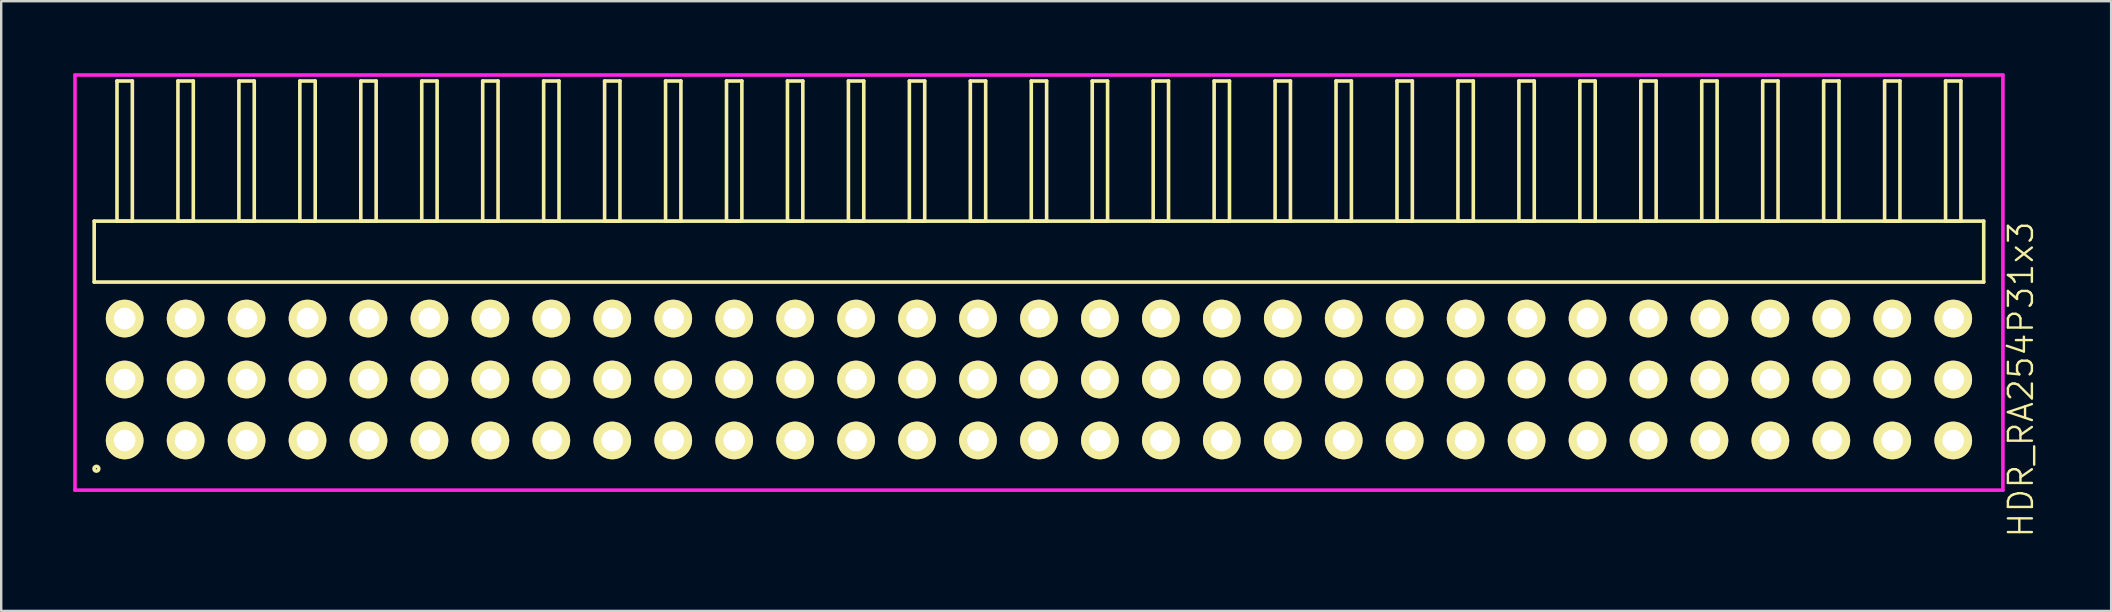
<source format=kicad_pcb>
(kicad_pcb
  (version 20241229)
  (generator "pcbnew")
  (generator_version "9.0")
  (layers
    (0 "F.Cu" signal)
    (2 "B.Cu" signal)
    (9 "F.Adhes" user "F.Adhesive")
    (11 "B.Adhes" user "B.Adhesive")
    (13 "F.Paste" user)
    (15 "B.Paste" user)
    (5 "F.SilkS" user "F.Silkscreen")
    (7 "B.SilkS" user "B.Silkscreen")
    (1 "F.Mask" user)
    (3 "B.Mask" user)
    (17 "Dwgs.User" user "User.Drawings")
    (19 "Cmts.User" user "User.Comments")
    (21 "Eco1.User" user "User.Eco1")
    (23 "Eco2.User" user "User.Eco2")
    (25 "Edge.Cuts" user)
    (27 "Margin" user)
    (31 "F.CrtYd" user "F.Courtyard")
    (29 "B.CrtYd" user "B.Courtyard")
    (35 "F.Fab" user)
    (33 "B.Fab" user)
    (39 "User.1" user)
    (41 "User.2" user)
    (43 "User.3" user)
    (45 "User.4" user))
  (footprint "HDR_RA254P31x3"
    (layer "F.Cu")
    (at 40.245 12.765)
    (property "Reference" "HDR_RA254P31x3" (at 40.92 0 90) (layer "F.SilkS") (effects (font (size 1 1) (thickness 0.1))))
    (attr through_hole)
    (fp_line (start -39.37 -6.6) (end -39.37 -4.06) (stroke (width 0.15) (type solid)) (layer "F.SilkS"))
    (fp_line (start -39.37 -4.06) (end 39.37 -4.06) (stroke (width 0.15) (type solid)) (layer "F.SilkS"))
    (fp_line (start -38.42 -12.44) (end -38.42 -6.6) (stroke (width 0.15) (type solid)) (layer "F.SilkS"))
    (fp_line (start -38.42 -6.6) (end -37.78 -6.6) (stroke (width 0.15) (type solid)) (layer "F.SilkS"))
    (fp_line (start -37.78 -12.44) (end -38.42 -12.44) (stroke (width 0.15) (type solid)) (layer "F.SilkS"))
    (fp_line (start -37.78 -6.6) (end -37.78 -12.44) (stroke (width 0.15) (type solid)) (layer "F.SilkS"))
    (fp_line (start -35.88 -12.44) (end -35.88 -6.6) (stroke (width 0.15) (type solid)) (layer "F.SilkS"))
    (fp_line (start -35.88 -6.6) (end -35.24 -6.6) (stroke (width 0.15) (type solid)) (layer "F.SilkS"))
    (fp_line (start -35.24 -12.44) (end -35.88 -12.44) (stroke (width 0.15) (type solid)) (layer "F.SilkS"))
    (fp_line (start -35.24 -6.6) (end -35.24 -12.44) (stroke (width 0.15) (type solid)) (layer "F.SilkS"))
    (fp_line (start -33.34 -12.44) (end -33.34 -6.6) (stroke (width 0.15) (type solid)) (layer "F.SilkS"))
    (fp_line (start -33.34 -6.6) (end -32.7 -6.6) (stroke (width 0.15) (type solid)) (layer "F.SilkS"))
    (fp_line (start -32.7 -12.44) (end -33.34 -12.44) (stroke (width 0.15) (type solid)) (layer "F.SilkS"))
    (fp_line (start -32.7 -6.6) (end -32.7 -12.44) (stroke (width 0.15) (type solid)) (layer "F.SilkS"))
    (fp_line (start -30.8 -12.44) (end -30.8 -6.6) (stroke (width 0.15) (type solid)) (layer "F.SilkS"))
    (fp_line (start -30.8 -6.6) (end -30.16 -6.6) (stroke (width 0.15) (type solid)) (layer "F.SilkS"))
    (fp_line (start -30.16 -12.44) (end -30.8 -12.44) (stroke (width 0.15) (type solid)) (layer "F.SilkS"))
    (fp_line (start -30.16 -6.6) (end -30.16 -12.44) (stroke (width 0.15) (type solid)) (layer "F.SilkS"))
    (fp_line (start -28.26 -12.44) (end -28.26 -6.6) (stroke (width 0.15) (type solid)) (layer "F.SilkS"))
    (fp_line (start -28.26 -6.6) (end -27.62 -6.6) (stroke (width 0.15) (type solid)) (layer "F.SilkS"))
    (fp_line (start -27.62 -12.44) (end -28.26 -12.44) (stroke (width 0.15) (type solid)) (layer "F.SilkS"))
    (fp_line (start -27.62 -6.6) (end -27.62 -12.44) (stroke (width 0.15) (type solid)) (layer "F.SilkS"))
    (fp_line (start -25.72 -12.44) (end -25.72 -6.6) (stroke (width 0.15) (type solid)) (layer "F.SilkS"))
    (fp_line (start -25.72 -6.6) (end -25.08 -6.6) (stroke (width 0.15) (type solid)) (layer "F.SilkS"))
    (fp_line (start -25.08 -12.44) (end -25.72 -12.44) (stroke (width 0.15) (type solid)) (layer "F.SilkS"))
    (fp_line (start -25.08 -6.6) (end -25.08 -12.44) (stroke (width 0.15) (type solid)) (layer "F.SilkS"))
    (fp_line (start -23.18 -12.44) (end -23.18 -6.6) (stroke (width 0.15) (type solid)) (layer "F.SilkS"))
    (fp_line (start -23.18 -6.6) (end -22.54 -6.6) (stroke (width 0.15) (type solid)) (layer "F.SilkS"))
    (fp_line (start -22.54 -12.44) (end -23.18 -12.44) (stroke (width 0.15) (type solid)) (layer "F.SilkS"))
    (fp_line (start -22.54 -6.6) (end -22.54 -12.44) (stroke (width 0.15) (type solid)) (layer "F.SilkS"))
    (fp_line (start -20.64 -12.44) (end -20.64 -6.6) (stroke (width 0.15) (type solid)) (layer "F.SilkS"))
    (fp_line (start -20.64 -6.6) (end -20 -6.6) (stroke (width 0.15) (type solid)) (layer "F.SilkS"))
    (fp_line (start -20 -12.44) (end -20.64 -12.44) (stroke (width 0.15) (type solid)) (layer "F.SilkS"))
    (fp_line (start -20 -6.6) (end -20 -12.44) (stroke (width 0.15) (type solid)) (layer "F.SilkS"))
    (fp_line (start -18.1 -12.44) (end -18.1 -6.6) (stroke (width 0.15) (type solid)) (layer "F.SilkS"))
    (fp_line (start -18.1 -6.6) (end -17.46 -6.6) (stroke (width 0.15) (type solid)) (layer "F.SilkS"))
    (fp_line (start -17.46 -12.44) (end -18.1 -12.44) (stroke (width 0.15) (type solid)) (layer "F.SilkS"))
    (fp_line (start -17.46 -6.6) (end -17.46 -12.44) (stroke (width 0.15) (type solid)) (layer "F.SilkS"))
    (fp_line (start -15.56 -12.44) (end -15.56 -6.6) (stroke (width 0.15) (type solid)) (layer "F.SilkS"))
    (fp_line (start -15.56 -6.6) (end -14.92 -6.6) (stroke (width 0.15) (type solid)) (layer "F.SilkS"))
    (fp_line (start -14.92 -12.44) (end -15.56 -12.44) (stroke (width 0.15) (type solid)) (layer "F.SilkS"))
    (fp_line (start -14.92 -6.6) (end -14.92 -12.44) (stroke (width 0.15) (type solid)) (layer "F.SilkS"))
    (fp_line (start -13.02 -12.44) (end -13.02 -6.6) (stroke (width 0.15) (type solid)) (layer "F.SilkS"))
    (fp_line (start -13.02 -6.6) (end -12.38 -6.6) (stroke (width 0.15) (type solid)) (layer "F.SilkS"))
    (fp_line (start -12.38 -12.44) (end -13.02 -12.44) (stroke (width 0.15) (type solid)) (layer "F.SilkS"))
    (fp_line (start -12.38 -6.6) (end -12.38 -12.44) (stroke (width 0.15) (type solid)) (layer "F.SilkS"))
    (fp_line (start -10.48 -12.44) (end -10.48 -6.6) (stroke (width 0.15) (type solid)) (layer "F.SilkS"))
    (fp_line (start -10.48 -6.6) (end -9.84 -6.6) (stroke (width 0.15) (type solid)) (layer "F.SilkS"))
    (fp_line (start -9.84 -12.44) (end -10.48 -12.44) (stroke (width 0.15) (type solid)) (layer "F.SilkS"))
    (fp_line (start -9.84 -6.6) (end -9.84 -12.44) (stroke (width 0.15) (type solid)) (layer "F.SilkS"))
    (fp_line (start -7.94 -12.44) (end -7.94 -6.6) (stroke (width 0.15) (type solid)) (layer "F.SilkS"))
    (fp_line (start -7.94 -6.6) (end -7.3 -6.6) (stroke (width 0.15) (type solid)) (layer "F.SilkS"))
    (fp_line (start -7.3 -12.44) (end -7.94 -12.44) (stroke (width 0.15) (type solid)) (layer "F.SilkS"))
    (fp_line (start -7.3 -6.6) (end -7.3 -12.44) (stroke (width 0.15) (type solid)) (layer "F.SilkS"))
    (fp_line (start -5.4 -12.44) (end -5.4 -6.6) (stroke (width 0.15) (type solid)) (layer "F.SilkS"))
    (fp_line (start -5.4 -6.6) (end -4.76 -6.6) (stroke (width 0.15) (type solid)) (layer "F.SilkS"))
    (fp_line (start -4.76 -12.44) (end -5.4 -12.44) (stroke (width 0.15) (type solid)) (layer "F.SilkS"))
    (fp_line (start -4.76 -6.6) (end -4.76 -12.44) (stroke (width 0.15) (type solid)) (layer "F.SilkS"))
    (fp_line (start -2.86 -12.44) (end -2.86 -6.6) (stroke (width 0.15) (type solid)) (layer "F.SilkS"))
    (fp_line (start -2.86 -6.6) (end -2.22 -6.6) (stroke (width 0.15) (type solid)) (layer "F.SilkS"))
    (fp_line (start -2.22 -12.44) (end -2.86 -12.44) (stroke (width 0.15) (type solid)) (layer "F.SilkS"))
    (fp_line (start -2.22 -6.6) (end -2.22 -12.44) (stroke (width 0.15) (type solid)) (layer "F.SilkS"))
    (fp_line (start -0.32 -12.44) (end -0.32 -6.6) (stroke (width 0.15) (type solid)) (layer "F.SilkS"))
    (fp_line (start -0.32 -6.6) (end 0.32 -6.6) (stroke (width 0.15) (type solid)) (layer "F.SilkS"))
    (fp_line (start 0.32 -12.44) (end -0.32 -12.44) (stroke (width 0.15) (type solid)) (layer "F.SilkS"))
    (fp_line (start 0.32 -6.6) (end 0.32 -12.44) (stroke (width 0.15) (type solid)) (layer "F.SilkS"))
    (fp_line (start 2.22 -12.44) (end 2.22 -6.6) (stroke (width 0.15) (type solid)) (layer "F.SilkS"))
    (fp_line (start 2.22 -6.6) (end 2.86 -6.6) (stroke (width 0.15) (type solid)) (layer "F.SilkS"))
    (fp_line (start 2.86 -12.44) (end 2.22 -12.44) (stroke (width 0.15) (type solid)) (layer "F.SilkS"))
    (fp_line (start 2.86 -6.6) (end 2.86 -12.44) (stroke (width 0.15) (type solid)) (layer "F.SilkS"))
    (fp_line (start 4.76 -12.44) (end 4.76 -6.6) (stroke (width 0.15) (type solid)) (layer "F.SilkS"))
    (fp_line (start 4.76 -6.6) (end 5.4 -6.6) (stroke (width 0.15) (type solid)) (layer "F.SilkS"))
    (fp_line (start 5.4 -12.44) (end 4.76 -12.44) (stroke (width 0.15) (type solid)) (layer "F.SilkS"))
    (fp_line (start 5.4 -6.6) (end 5.4 -12.44) (stroke (width 0.15) (type solid)) (layer "F.SilkS"))
    (fp_line (start 7.3 -12.44) (end 7.3 -6.6) (stroke (width 0.15) (type solid)) (layer "F.SilkS"))
    (fp_line (start 7.3 -6.6) (end 7.94 -6.6) (stroke (width 0.15) (type solid)) (layer "F.SilkS"))
    (fp_line (start 7.94 -12.44) (end 7.3 -12.44) (stroke (width 0.15) (type solid)) (layer "F.SilkS"))
    (fp_line (start 7.94 -6.6) (end 7.94 -12.44) (stroke (width 0.15) (type solid)) (layer "F.SilkS"))
    (fp_line (start 9.84 -12.44) (end 9.84 -6.6) (stroke (width 0.15) (type solid)) (layer "F.SilkS"))
    (fp_line (start 9.84 -6.6) (end 10.48 -6.6) (stroke (width 0.15) (type solid)) (layer "F.SilkS"))
    (fp_line (start 10.48 -12.44) (end 9.84 -12.44) (stroke (width 0.15) (type solid)) (layer "F.SilkS"))
    (fp_line (start 10.48 -6.6) (end 10.48 -12.44) (stroke (width 0.15) (type solid)) (layer "F.SilkS"))
    (fp_line (start 12.38 -12.44) (end 12.38 -6.6) (stroke (width 0.15) (type solid)) (layer "F.SilkS"))
    (fp_line (start 12.38 -6.6) (end 13.02 -6.6) (stroke (width 0.15) (type solid)) (layer "F.SilkS"))
    (fp_line (start 13.02 -12.44) (end 12.38 -12.44) (stroke (width 0.15) (type solid)) (layer "F.SilkS"))
    (fp_line (start 13.02 -6.6) (end 13.02 -12.44) (stroke (width 0.15) (type solid)) (layer "F.SilkS"))
    (fp_line (start 14.92 -12.44) (end 14.92 -6.6) (stroke (width 0.15) (type solid)) (layer "F.SilkS"))
    (fp_line (start 14.92 -6.6) (end 15.56 -6.6) (stroke (width 0.15) (type solid)) (layer "F.SilkS"))
    (fp_line (start 15.56 -12.44) (end 14.92 -12.44) (stroke (width 0.15) (type solid)) (layer "F.SilkS"))
    (fp_line (start 15.56 -6.6) (end 15.56 -12.44) (stroke (width 0.15) (type solid)) (layer "F.SilkS"))
    (fp_line (start 17.46 -12.44) (end 17.46 -6.6) (stroke (width 0.15) (type solid)) (layer "F.SilkS"))
    (fp_line (start 17.46 -6.6) (end 18.1 -6.6) (stroke (width 0.15) (type solid)) (layer "F.SilkS"))
    (fp_line (start 18.1 -12.44) (end 17.46 -12.44) (stroke (width 0.15) (type solid)) (layer "F.SilkS"))
    (fp_line (start 18.1 -6.6) (end 18.1 -12.44) (stroke (width 0.15) (type solid)) (layer "F.SilkS"))
    (fp_line (start 20 -12.44) (end 20 -6.6) (stroke (width 0.15) (type solid)) (layer "F.SilkS"))
    (fp_line (start 20 -6.6) (end 20.64 -6.6) (stroke (width 0.15) (type solid)) (layer "F.SilkS"))
    (fp_line (start 20.64 -12.44) (end 20 -12.44) (stroke (width 0.15) (type solid)) (layer "F.SilkS"))
    (fp_line (start 20.64 -6.6) (end 20.64 -12.44) (stroke (width 0.15) (type solid)) (layer "F.SilkS"))
    (fp_line (start 22.54 -12.44) (end 22.54 -6.6) (stroke (width 0.15) (type solid)) (layer "F.SilkS"))
    (fp_line (start 22.54 -6.6) (end 23.18 -6.6) (stroke (width 0.15) (type solid)) (layer "F.SilkS"))
    (fp_line (start 23.18 -12.44) (end 22.54 -12.44) (stroke (width 0.15) (type solid)) (layer "F.SilkS"))
    (fp_line (start 23.18 -6.6) (end 23.18 -12.44) (stroke (width 0.15) (type solid)) (layer "F.SilkS"))
    (fp_line (start 25.08 -12.44) (end 25.08 -6.6) (stroke (width 0.15) (type solid)) (layer "F.SilkS"))
    (fp_line (start 25.08 -6.6) (end 25.72 -6.6) (stroke (width 0.15) (type solid)) (layer "F.SilkS"))
    (fp_line (start 25.72 -12.44) (end 25.08 -12.44) (stroke (width 0.15) (type solid)) (layer "F.SilkS"))
    (fp_line (start 25.72 -6.6) (end 25.72 -12.44) (stroke (width 0.15) (type solid)) (layer "F.SilkS"))
    (fp_line (start 27.62 -12.44) (end 27.62 -6.6) (stroke (width 0.15) (type solid)) (layer "F.SilkS"))
    (fp_line (start 27.62 -6.6) (end 28.26 -6.6) (stroke (width 0.15) (type solid)) (layer "F.SilkS"))
    (fp_line (start 28.26 -12.44) (end 27.62 -12.44) (stroke (width 0.15) (type solid)) (layer "F.SilkS"))
    (fp_line (start 28.26 -6.6) (end 28.26 -12.44) (stroke (width 0.15) (type solid)) (layer "F.SilkS"))
    (fp_line (start 30.16 -12.44) (end 30.16 -6.6) (stroke (width 0.15) (type solid)) (layer "F.SilkS"))
    (fp_line (start 30.16 -6.6) (end 30.8 -6.6) (stroke (width 0.15) (type solid)) (layer "F.SilkS"))
    (fp_line (start 30.8 -12.44) (end 30.16 -12.44) (stroke (width 0.15) (type solid)) (layer "F.SilkS"))
    (fp_line (start 30.8 -6.6) (end 30.8 -12.44) (stroke (width 0.15) (type solid)) (layer "F.SilkS"))
    (fp_line (start 32.7 -12.44) (end 32.7 -6.6) (stroke (width 0.15) (type solid)) (layer "F.SilkS"))
    (fp_line (start 32.7 -6.6) (end 33.34 -6.6) (stroke (width 0.15) (type solid)) (layer "F.SilkS"))
    (fp_line (start 33.34 -12.44) (end 32.7 -12.44) (stroke (width 0.15) (type solid)) (layer "F.SilkS"))
    (fp_line (start 33.34 -6.6) (end 33.34 -12.44) (stroke (width 0.15) (type solid)) (layer "F.SilkS"))
    (fp_line (start 35.24 -12.44) (end 35.24 -6.6) (stroke (width 0.15) (type solid)) (layer "F.SilkS"))
    (fp_line (start 35.24 -6.6) (end 35.88 -6.6) (stroke (width 0.15) (type solid)) (layer "F.SilkS"))
    (fp_line (start 35.88 -12.44) (end 35.24 -12.44) (stroke (width 0.15) (type solid)) (layer "F.SilkS"))
    (fp_line (start 35.88 -6.6) (end 35.88 -12.44) (stroke (width 0.15) (type solid)) (layer "F.SilkS"))
    (fp_line (start 37.78 -12.44) (end 37.78 -6.6) (stroke (width 0.15) (type solid)) (layer "F.SilkS"))
    (fp_line (start 37.78 -6.6) (end 38.42 -6.6) (stroke (width 0.15) (type solid)) (layer "F.SilkS"))
    (fp_line (start 38.42 -12.44) (end 37.78 -12.44) (stroke (width 0.15) (type solid)) (layer "F.SilkS"))
    (fp_line (start 38.42 -6.6) (end 38.42 -12.44) (stroke (width 0.15) (type solid)) (layer "F.SilkS"))
    (fp_line (start 39.37 -6.6) (end -39.37 -6.6) (stroke (width 0.15) (type solid)) (layer "F.SilkS"))
    (fp_line (start 39.37 -4.06) (end 39.37 -6.6) (stroke (width 0.15) (type solid)) (layer "F.SilkS"))
    (fp_circle (center -39.277 3.718) (end -39.177 3.718) (stroke (width 0.15) (type solid)) (fill no) (layer "F.SilkS"))
    (fp_line (start -40.17 -12.69) (end -40.17 4.61) (stroke (width 0.15) (type solid)) (layer "F.CrtYd"))
    (fp_line (start -40.17 4.61) (end 40.17 4.61) (stroke (width 0.15) (type solid)) (layer "F.CrtYd"))
    (fp_line (start 40.17 -12.69) (end -40.17 -12.69) (stroke (width 0.15) (type solid)) (layer "F.CrtYd"))
    (fp_line (start 40.17 4.61) (end 40.17 -12.69) (stroke (width 0.15) (type solid)) (layer "F.CrtYd"))
    (pad "1" thru_hole oval (at -38.1 2.54) (size 1.57 1.57) (drill 0.9) (layers "*.Cu" "*.Mask" "F.SilkS"))
    (pad "2" thru_hole oval (at -38.1 0) (size 1.57 1.57) (drill 0.9) (layers "*.Cu" "*.Mask" "F.SilkS"))
    (pad "3" thru_hole oval (at -38.1 -2.54) (size 1.57 1.57) (drill 0.9) (layers "*.Cu" "*.Mask" "F.SilkS"))
    (pad "4" thru_hole oval (at -35.56 2.54) (size 1.57 1.57) (drill 0.9) (layers "*.Cu" "*.Mask" "F.SilkS"))
    (pad "5" thru_hole oval (at -35.56 0) (size 1.57 1.57) (drill 0.9) (layers "*.Cu" "*.Mask" "F.SilkS"))
    (pad "6" thru_hole oval (at -35.56 -2.54) (size 1.57 1.57) (drill 0.9) (layers "*.Cu" "*.Mask" "F.SilkS"))
    (pad "7" thru_hole oval (at -33.02 2.54) (size 1.57 1.57) (drill 0.9) (layers "*.Cu" "*.Mask" "F.SilkS"))
    (pad "8" thru_hole oval (at -33.02 0) (size 1.57 1.57) (drill 0.9) (layers "*.Cu" "*.Mask" "F.SilkS"))
    (pad "9" thru_hole oval (at -33.02 -2.54) (size 1.57 1.57) (drill 0.9) (layers "*.Cu" "*.Mask" "F.SilkS"))
    (pad "10" thru_hole oval (at -30.48 2.54) (size 1.57 1.57) (drill 0.9) (layers "*.Cu" "*.Mask" "F.SilkS"))
    (pad "11" thru_hole oval (at -30.48 0) (size 1.57 1.57) (drill 0.9) (layers "*.Cu" "*.Mask" "F.SilkS"))
    (pad "12" thru_hole oval (at -30.48 -2.54) (size 1.57 1.57) (drill 0.9) (layers "*.Cu" "*.Mask" "F.SilkS"))
    (pad "13" thru_hole oval (at -27.94 2.54) (size 1.57 1.57) (drill 0.9) (layers "*.Cu" "*.Mask" "F.SilkS"))
    (pad "14" thru_hole oval (at -27.94 0) (size 1.57 1.57) (drill 0.9) (layers "*.Cu" "*.Mask" "F.SilkS"))
    (pad "15" thru_hole oval (at -27.94 -2.54) (size 1.57 1.57) (drill 0.9) (layers "*.Cu" "*.Mask" "F.SilkS"))
    (pad "16" thru_hole oval (at -25.4 2.54) (size 1.57 1.57) (drill 0.9) (layers "*.Cu" "*.Mask" "F.SilkS"))
    (pad "17" thru_hole oval (at -25.4 0) (size 1.57 1.57) (drill 0.9) (layers "*.Cu" "*.Mask" "F.SilkS"))
    (pad "18" thru_hole oval (at -25.4 -2.54) (size 1.57 1.57) (drill 0.9) (layers "*.Cu" "*.Mask" "F.SilkS"))
    (pad "19" thru_hole oval (at -22.86 2.54) (size 1.57 1.57) (drill 0.9) (layers "*.Cu" "*.Mask" "F.SilkS"))
    (pad "20" thru_hole oval (at -22.86 0) (size 1.57 1.57) (drill 0.9) (layers "*.Cu" "*.Mask" "F.SilkS"))
    (pad "21" thru_hole oval (at -22.86 -2.54) (size 1.57 1.57) (drill 0.9) (layers "*.Cu" "*.Mask" "F.SilkS"))
    (pad "22" thru_hole oval (at -20.32 2.54) (size 1.57 1.57) (drill 0.9) (layers "*.Cu" "*.Mask" "F.SilkS"))
    (pad "23" thru_hole oval (at -20.32 0) (size 1.57 1.57) (drill 0.9) (layers "*.Cu" "*.Mask" "F.SilkS"))
    (pad "24" thru_hole oval (at -20.32 -2.54) (size 1.57 1.57) (drill 0.9) (layers "*.Cu" "*.Mask" "F.SilkS"))
    (pad "25" thru_hole oval (at -17.78 2.54) (size 1.57 1.57) (drill 0.9) (layers "*.Cu" "*.Mask" "F.SilkS"))
    (pad "26" thru_hole oval (at -17.78 0) (size 1.57 1.57) (drill 0.9) (layers "*.Cu" "*.Mask" "F.SilkS"))
    (pad "27" thru_hole oval (at -17.78 -2.54) (size 1.57 1.57) (drill 0.9) (layers "*.Cu" "*.Mask" "F.SilkS"))
    (pad "28" thru_hole oval (at -15.24 2.54) (size 1.57 1.57) (drill 0.9) (layers "*.Cu" "*.Mask" "F.SilkS"))
    (pad "29" thru_hole oval (at -15.24 0) (size 1.57 1.57) (drill 0.9) (layers "*.Cu" "*.Mask" "F.SilkS"))
    (pad "30" thru_hole oval (at -15.24 -2.54) (size 1.57 1.57) (drill 0.9) (layers "*.Cu" "*.Mask" "F.SilkS"))
    (pad "31" thru_hole oval (at -12.7 2.54) (size 1.57 1.57) (drill 0.9) (layers "*.Cu" "*.Mask" "F.SilkS"))
    (pad "32" thru_hole oval (at -12.7 0) (size 1.57 1.57) (drill 0.9) (layers "*.Cu" "*.Mask" "F.SilkS"))
    (pad "33" thru_hole oval (at -12.7 -2.54) (size 1.57 1.57) (drill 0.9) (layers "*.Cu" "*.Mask" "F.SilkS"))
    (pad "34" thru_hole oval (at -10.16 2.54) (size 1.57 1.57) (drill 0.9) (layers "*.Cu" "*.Mask" "F.SilkS"))
    (pad "35" thru_hole oval (at -10.16 0) (size 1.57 1.57) (drill 0.9) (layers "*.Cu" "*.Mask" "F.SilkS"))
    (pad "36" thru_hole oval (at -10.16 -2.54) (size 1.57 1.57) (drill 0.9) (layers "*.Cu" "*.Mask" "F.SilkS"))
    (pad "37" thru_hole oval (at -7.62 2.54) (size 1.57 1.57) (drill 0.9) (layers "*.Cu" "*.Mask" "F.SilkS"))
    (pad "38" thru_hole oval (at -7.62 0) (size 1.57 1.57) (drill 0.9) (layers "*.Cu" "*.Mask" "F.SilkS"))
    (pad "39" thru_hole oval (at -7.62 -2.54) (size 1.57 1.57) (drill 0.9) (layers "*.Cu" "*.Mask" "F.SilkS"))
    (pad "40" thru_hole oval (at -5.08 2.54) (size 1.57 1.57) (drill 0.9) (layers "*.Cu" "*.Mask" "F.SilkS"))
    (pad "41" thru_hole oval (at -5.08 0) (size 1.57 1.57) (drill 0.9) (layers "*.Cu" "*.Mask" "F.SilkS"))
    (pad "42" thru_hole oval (at -5.08 -2.54) (size 1.57 1.57) (drill 0.9) (layers "*.Cu" "*.Mask" "F.SilkS"))
    (pad "43" thru_hole oval (at -2.54 2.54) (size 1.57 1.57) (drill 0.9) (layers "*.Cu" "*.Mask" "F.SilkS"))
    (pad "44" thru_hole oval (at -2.54 0) (size 1.57 1.57) (drill 0.9) (layers "*.Cu" "*.Mask" "F.SilkS"))
    (pad "45" thru_hole oval (at -2.54 -2.54) (size 1.57 1.57) (drill 0.9) (layers "*.Cu" "*.Mask" "F.SilkS"))
    (pad "46" thru_hole oval (at 0 2.54) (size 1.57 1.57) (drill 0.9) (layers "*.Cu" "*.Mask" "F.SilkS"))
    (pad "47" thru_hole oval (at 0 0) (size 1.57 1.57) (drill 0.9) (layers "*.Cu" "*.Mask" "F.SilkS"))
    (pad "48" thru_hole oval (at 0 -2.54) (size 1.57 1.57) (drill 0.9) (layers "*.Cu" "*.Mask" "F.SilkS"))
    (pad "49" thru_hole oval (at 2.54 2.54) (size 1.57 1.57) (drill 0.9) (layers "*.Cu" "*.Mask" "F.SilkS"))
    (pad "50" thru_hole oval (at 2.54 0) (size 1.57 1.57) (drill 0.9) (layers "*.Cu" "*.Mask" "F.SilkS"))
    (pad "51" thru_hole oval (at 2.54 -2.54) (size 1.57 1.57) (drill 0.9) (layers "*.Cu" "*.Mask" "F.SilkS"))
    (pad "52" thru_hole oval (at 5.08 2.54) (size 1.57 1.57) (drill 0.9) (layers "*.Cu" "*.Mask" "F.SilkS"))
    (pad "53" thru_hole oval (at 5.08 0) (size 1.57 1.57) (drill 0.9) (layers "*.Cu" "*.Mask" "F.SilkS"))
    (pad "54" thru_hole oval (at 5.08 -2.54) (size 1.57 1.57) (drill 0.9) (layers "*.Cu" "*.Mask" "F.SilkS"))
    (pad "55" thru_hole oval (at 7.62 2.54) (size 1.57 1.57) (drill 0.9) (layers "*.Cu" "*.Mask" "F.SilkS"))
    (pad "56" thru_hole oval (at 7.62 0) (size 1.57 1.57) (drill 0.9) (layers "*.Cu" "*.Mask" "F.SilkS"))
    (pad "57" thru_hole oval (at 7.62 -2.54) (size 1.57 1.57) (drill 0.9) (layers "*.Cu" "*.Mask" "F.SilkS"))
    (pad "58" thru_hole oval (at 10.16 2.54) (size 1.57 1.57) (drill 0.9) (layers "*.Cu" "*.Mask" "F.SilkS"))
    (pad "59" thru_hole oval (at 10.16 0) (size 1.57 1.57) (drill 0.9) (layers "*.Cu" "*.Mask" "F.SilkS"))
    (pad "60" thru_hole oval (at 10.16 -2.54) (size 1.57 1.57) (drill 0.9) (layers "*.Cu" "*.Mask" "F.SilkS"))
    (pad "61" thru_hole oval (at 12.7 2.54) (size 1.57 1.57) (drill 0.9) (layers "*.Cu" "*.Mask" "F.SilkS"))
    (pad "62" thru_hole oval (at 12.7 0) (size 1.57 1.57) (drill 0.9) (layers "*.Cu" "*.Mask" "F.SilkS"))
    (pad "63" thru_hole oval (at 12.7 -2.54) (size 1.57 1.57) (drill 0.9) (layers "*.Cu" "*.Mask" "F.SilkS"))
    (pad "64" thru_hole oval (at 15.24 2.54) (size 1.57 1.57) (drill 0.9) (layers "*.Cu" "*.Mask" "F.SilkS"))
    (pad "65" thru_hole oval (at 15.24 0) (size 1.57 1.57) (drill 0.9) (layers "*.Cu" "*.Mask" "F.SilkS"))
    (pad "66" thru_hole oval (at 15.24 -2.54) (size 1.57 1.57) (drill 0.9) (layers "*.Cu" "*.Mask" "F.SilkS"))
    (pad "67" thru_hole oval (at 17.78 2.54) (size 1.57 1.57) (drill 0.9) (layers "*.Cu" "*.Mask" "F.SilkS"))
    (pad "68" thru_hole oval (at 17.78 0) (size 1.57 1.57) (drill 0.9) (layers "*.Cu" "*.Mask" "F.SilkS"))
    (pad "69" thru_hole oval (at 17.78 -2.54) (size 1.57 1.57) (drill 0.9) (layers "*.Cu" "*.Mask" "F.SilkS"))
    (pad "70" thru_hole oval (at 20.32 2.54) (size 1.57 1.57) (drill 0.9) (layers "*.Cu" "*.Mask" "F.SilkS"))
    (pad "71" thru_hole oval (at 20.32 0) (size 1.57 1.57) (drill 0.9) (layers "*.Cu" "*.Mask" "F.SilkS"))
    (pad "72" thru_hole oval (at 20.32 -2.54) (size 1.57 1.57) (drill 0.9) (layers "*.Cu" "*.Mask" "F.SilkS"))
    (pad "73" thru_hole oval (at 22.86 2.54) (size 1.57 1.57) (drill 0.9) (layers "*.Cu" "*.Mask" "F.SilkS"))
    (pad "74" thru_hole oval (at 22.86 0) (size 1.57 1.57) (drill 0.9) (layers "*.Cu" "*.Mask" "F.SilkS"))
    (pad "75" thru_hole oval (at 22.86 -2.54) (size 1.57 1.57) (drill 0.9) (layers "*.Cu" "*.Mask" "F.SilkS"))
    (pad "76" thru_hole oval (at 25.4 2.54) (size 1.57 1.57) (drill 0.9) (layers "*.Cu" "*.Mask" "F.SilkS"))
    (pad "77" thru_hole oval (at 25.4 0) (size 1.57 1.57) (drill 0.9) (layers "*.Cu" "*.Mask" "F.SilkS"))
    (pad "78" thru_hole oval (at 25.4 -2.54) (size 1.57 1.57) (drill 0.9) (layers "*.Cu" "*.Mask" "F.SilkS"))
    (pad "79" thru_hole oval (at 27.94 2.54) (size 1.57 1.57) (drill 0.9) (layers "*.Cu" "*.Mask" "F.SilkS"))
    (pad "80" thru_hole oval (at 27.94 0) (size 1.57 1.57) (drill 0.9) (layers "*.Cu" "*.Mask" "F.SilkS"))
    (pad "81" thru_hole oval (at 27.94 -2.54) (size 1.57 1.57) (drill 0.9) (layers "*.Cu" "*.Mask" "F.SilkS"))
    (pad "82" thru_hole oval (at 30.48 2.54) (size 1.57 1.57) (drill 0.9) (layers "*.Cu" "*.Mask" "F.SilkS"))
    (pad "83" thru_hole oval (at 30.48 0) (size 1.57 1.57) (drill 0.9) (layers "*.Cu" "*.Mask" "F.SilkS"))
    (pad "84" thru_hole oval (at 30.48 -2.54) (size 1.57 1.57) (drill 0.9) (layers "*.Cu" "*.Mask" "F.SilkS"))
    (pad "85" thru_hole oval (at 33.02 2.54) (size 1.57 1.57) (drill 0.9) (layers "*.Cu" "*.Mask" "F.SilkS"))
    (pad "86" thru_hole oval (at 33.02 0) (size 1.57 1.57) (drill 0.9) (layers "*.Cu" "*.Mask" "F.SilkS"))
    (pad "87" thru_hole oval (at 33.02 -2.54) (size 1.57 1.57) (drill 0.9) (layers "*.Cu" "*.Mask" "F.SilkS"))
    (pad "88" thru_hole oval (at 35.56 2.54) (size 1.57 1.57) (drill 0.9) (layers "*.Cu" "*.Mask" "F.SilkS"))
    (pad "89" thru_hole oval (at 35.56 0) (size 1.57 1.57) (drill 0.9) (layers "*.Cu" "*.Mask" "F.SilkS"))
    (pad "90" thru_hole oval (at 35.56 -2.54) (size 1.57 1.57) (drill 0.9) (layers "*.Cu" "*.Mask" "F.SilkS"))
    (pad "91" thru_hole oval (at 38.1 2.54) (size 1.57 1.57) (drill 0.9) (layers "*.Cu" "*.Mask" "F.SilkS"))
    (pad "92" thru_hole oval (at 38.1 0) (size 1.57 1.57) (drill 0.9) (layers "*.Cu" "*.Mask" "F.SilkS"))
    (pad "93" thru_hole oval (at 38.1 -2.54) (size 1.57 1.57) (drill 0.9) (layers "*.Cu" "*.Mask" "F.SilkS")))
  (gr_rect
    (start -3 -3)
    (end 84.925 22.41)
    (stroke (width 0.1) (type default))
    (fill no)
    (layer "Edge.Cuts")))
</source>
